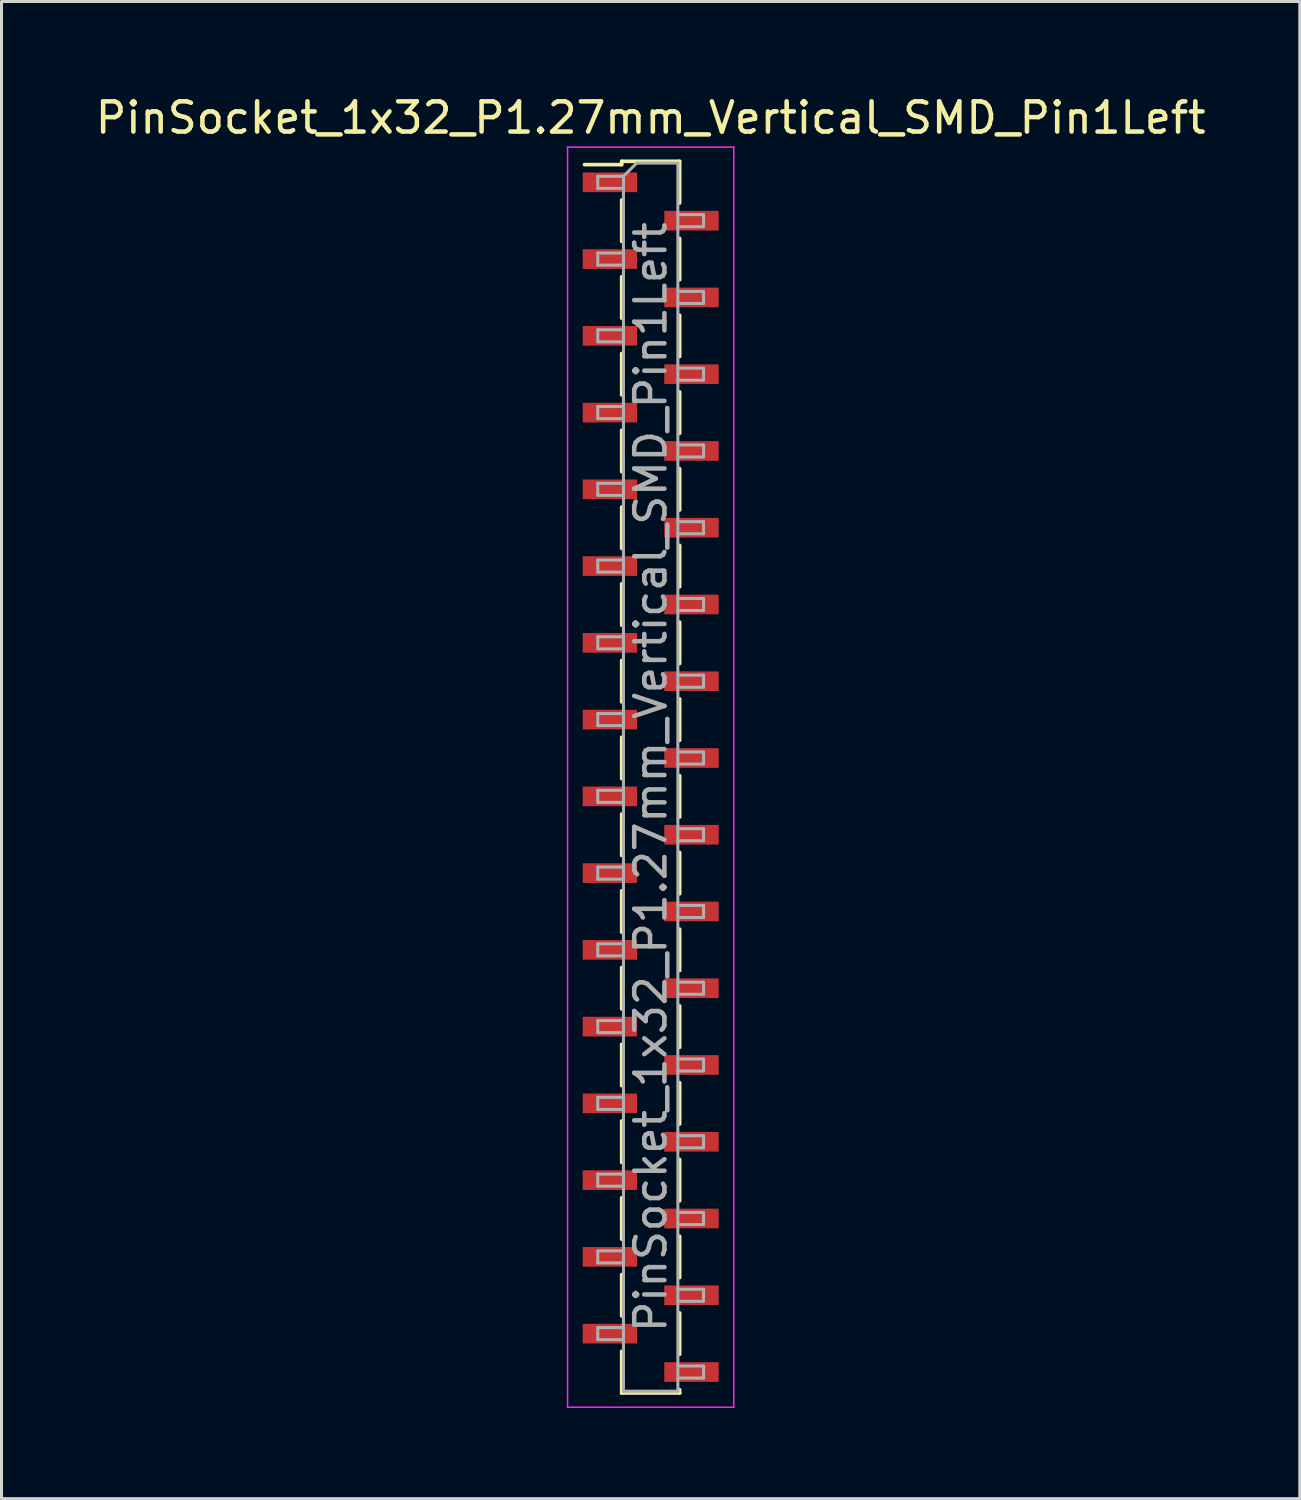
<source format=kicad_pcb>
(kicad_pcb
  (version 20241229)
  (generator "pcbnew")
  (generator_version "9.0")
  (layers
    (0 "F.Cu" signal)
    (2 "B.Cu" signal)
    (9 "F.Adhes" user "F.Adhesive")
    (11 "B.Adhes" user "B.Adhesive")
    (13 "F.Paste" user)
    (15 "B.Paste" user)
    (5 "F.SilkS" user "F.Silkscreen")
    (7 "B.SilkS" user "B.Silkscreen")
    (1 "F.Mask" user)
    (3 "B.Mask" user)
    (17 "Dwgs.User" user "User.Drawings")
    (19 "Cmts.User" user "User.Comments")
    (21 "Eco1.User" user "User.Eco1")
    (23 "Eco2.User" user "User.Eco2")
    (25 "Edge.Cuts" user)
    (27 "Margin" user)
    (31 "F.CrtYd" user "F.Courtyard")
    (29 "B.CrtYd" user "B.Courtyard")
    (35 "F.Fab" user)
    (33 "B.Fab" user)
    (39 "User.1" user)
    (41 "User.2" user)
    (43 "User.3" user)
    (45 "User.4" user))
  (footprint "PinSocket_1x32_P1.27mm_Vertical_SMD_Pin1Left"
    (layer "F.Cu")
    (at 18.482 22.668)
    (property "Reference" "PinSocket_1x32_P1.27mm_Vertical_SMD_Pin1Left" (at 0 -21.82 0) (layer "F.SilkS") (effects (font (size 1 1) (thickness 0.15))))
    (attr smd)
    (fp_line (start -2.19 -20.27) (end -0.96 -20.27) (stroke (width 0.12) (type solid)) (layer "F.SilkS"))
    (fp_line (start -0.96 -20.38) (end -0.96 -20.27) (stroke (width 0.12) (type solid)) (layer "F.SilkS"))
    (fp_line (start -0.96 -20.38) (end 0.96 -20.38) (stroke (width 0.12) (type solid)) (layer "F.SilkS"))
    (fp_line (start -0.96 -19.1) (end -0.96 -17.73) (stroke (width 0.12) (type solid)) (layer "F.SilkS"))
    (fp_line (start -0.96 -16.56) (end -0.96 -15.19) (stroke (width 0.12) (type solid)) (layer "F.SilkS"))
    (fp_line (start -0.96 -14.02) (end -0.96 -12.65) (stroke (width 0.12) (type solid)) (layer "F.SilkS"))
    (fp_line (start -0.96 -11.48) (end -0.96 -10.11) (stroke (width 0.12) (type solid)) (layer "F.SilkS"))
    (fp_line (start -0.96 -8.94) (end -0.96 -7.57) (stroke (width 0.12) (type solid)) (layer "F.SilkS"))
    (fp_line (start -0.96 -6.4) (end -0.96 -5.03) (stroke (width 0.12) (type solid)) (layer "F.SilkS"))
    (fp_line (start -0.96 -3.86) (end -0.96 -2.49) (stroke (width 0.12) (type solid)) (layer "F.SilkS"))
    (fp_line (start -0.96 -1.32) (end -0.96 0.05) (stroke (width 0.12) (type solid)) (layer "F.SilkS"))
    (fp_line (start -0.96 1.22) (end -0.96 2.59) (stroke (width 0.12) (type solid)) (layer "F.SilkS"))
    (fp_line (start -0.96 3.76) (end -0.96 5.13) (stroke (width 0.12) (type solid)) (layer "F.SilkS"))
    (fp_line (start -0.96 6.3) (end -0.96 7.67) (stroke (width 0.12) (type solid)) (layer "F.SilkS"))
    (fp_line (start -0.96 8.84) (end -0.96 10.21) (stroke (width 0.12) (type solid)) (layer "F.SilkS"))
    (fp_line (start -0.96 11.38) (end -0.96 12.75) (stroke (width 0.12) (type solid)) (layer "F.SilkS"))
    (fp_line (start -0.96 13.92) (end -0.96 15.29) (stroke (width 0.12) (type solid)) (layer "F.SilkS"))
    (fp_line (start -0.96 16.46) (end -0.96 17.83) (stroke (width 0.12) (type solid)) (layer "F.SilkS"))
    (fp_line (start -0.96 19) (end -0.96 20.38) (stroke (width 0.12) (type solid)) (layer "F.SilkS"))
    (fp_line (start -0.96 20.38) (end 0.96 20.38) (stroke (width 0.12) (type solid)) (layer "F.SilkS"))
    (fp_line (start 0.96 -20.38) (end 0.96 -19) (stroke (width 0.12) (type solid)) (layer "F.SilkS"))
    (fp_line (start 0.96 -17.83) (end 0.96 -16.46) (stroke (width 0.12) (type solid)) (layer "F.SilkS"))
    (fp_line (start 0.96 -15.29) (end 0.96 -13.92) (stroke (width 0.12) (type solid)) (layer "F.SilkS"))
    (fp_line (start 0.96 -12.75) (end 0.96 -11.38) (stroke (width 0.12) (type solid)) (layer "F.SilkS"))
    (fp_line (start 0.96 -10.21) (end 0.96 -8.84) (stroke (width 0.12) (type solid)) (layer "F.SilkS"))
    (fp_line (start 0.96 -7.67) (end 0.96 -6.3) (stroke (width 0.12) (type solid)) (layer "F.SilkS"))
    (fp_line (start 0.96 -5.13) (end 0.96 -3.76) (stroke (width 0.12) (type solid)) (layer "F.SilkS"))
    (fp_line (start 0.96 -2.59) (end 0.96 -1.22) (stroke (width 0.12) (type solid)) (layer "F.SilkS"))
    (fp_line (start 0.96 -0.05) (end 0.96 1.32) (stroke (width 0.12) (type solid)) (layer "F.SilkS"))
    (fp_line (start 0.96 2.49) (end 0.96 3.86) (stroke (width 0.12) (type solid)) (layer "F.SilkS"))
    (fp_line (start 0.96 5.03) (end 0.96 6.4) (stroke (width 0.12) (type solid)) (layer "F.SilkS"))
    (fp_line (start 0.96 7.57) (end 0.96 8.94) (stroke (width 0.12) (type solid)) (layer "F.SilkS"))
    (fp_line (start 0.96 10.11) (end 0.96 11.48) (stroke (width 0.12) (type solid)) (layer "F.SilkS"))
    (fp_line (start 0.96 12.65) (end 0.96 14.02) (stroke (width 0.12) (type solid)) (layer "F.SilkS"))
    (fp_line (start 0.96 15.19) (end 0.96 16.56) (stroke (width 0.12) (type solid)) (layer "F.SilkS"))
    (fp_line (start 0.96 17.73) (end 0.96 19.1) (stroke (width 0.12) (type solid)) (layer "F.SilkS"))
    (fp_line (start 0.96 20.27) (end 0.96 20.38) (stroke (width 0.12) (type solid)) (layer "F.SilkS"))
    (fp_line (start -2.75 -20.85) (end 2.75 -20.85) (stroke (width 0.05) (type solid)) (layer "F.CrtYd"))
    (fp_line (start -2.75 20.85) (end -2.75 -20.85) (stroke (width 0.05) (type solid)) (layer "F.CrtYd"))
    (fp_line (start 2.75 -20.85) (end 2.75 20.85) (stroke (width 0.05) (type solid)) (layer "F.CrtYd"))
    (fp_line (start 2.75 20.85) (end -2.75 20.85) (stroke (width 0.05) (type solid)) (layer "F.CrtYd"))
    (fp_line (start -1.75 -19.885) (end -0.9 -19.885) (stroke (width 0.1) (type solid)) (layer "F.Fab"))
    (fp_line (start -1.75 -19.485) (end -1.75 -19.885) (stroke (width 0.1) (type solid)) (layer "F.Fab"))
    (fp_line (start -1.75 -17.345) (end -0.9 -17.345) (stroke (width 0.1) (type solid)) (layer "F.Fab"))
    (fp_line (start -1.75 -16.945) (end -1.75 -17.345) (stroke (width 0.1) (type solid)) (layer "F.Fab"))
    (fp_line (start -1.75 -14.805) (end -0.9 -14.805) (stroke (width 0.1) (type solid)) (layer "F.Fab"))
    (fp_line (start -1.75 -14.405) (end -1.75 -14.805) (stroke (width 0.1) (type solid)) (layer "F.Fab"))
    (fp_line (start -1.75 -12.265) (end -0.9 -12.265) (stroke (width 0.1) (type solid)) (layer "F.Fab"))
    (fp_line (start -1.75 -11.865) (end -1.75 -12.265) (stroke (width 0.1) (type solid)) (layer "F.Fab"))
    (fp_line (start -1.75 -9.725) (end -0.9 -9.725) (stroke (width 0.1) (type solid)) (layer "F.Fab"))
    (fp_line (start -1.75 -9.325) (end -1.75 -9.725) (stroke (width 0.1) (type solid)) (layer "F.Fab"))
    (fp_line (start -1.75 -7.185) (end -0.9 -7.185) (stroke (width 0.1) (type solid)) (layer "F.Fab"))
    (fp_line (start -1.75 -6.785) (end -1.75 -7.185) (stroke (width 0.1) (type solid)) (layer "F.Fab"))
    (fp_line (start -1.75 -4.645) (end -0.9 -4.645) (stroke (width 0.1) (type solid)) (layer "F.Fab"))
    (fp_line (start -1.75 -4.245) (end -1.75 -4.645) (stroke (width 0.1) (type solid)) (layer "F.Fab"))
    (fp_line (start -1.75 -2.105) (end -0.9 -2.105) (stroke (width 0.1) (type solid)) (layer "F.Fab"))
    (fp_line (start -1.75 -1.705) (end -1.75 -2.105) (stroke (width 0.1) (type solid)) (layer "F.Fab"))
    (fp_line (start -1.75 0.435) (end -0.9 0.435) (stroke (width 0.1) (type solid)) (layer "F.Fab"))
    (fp_line (start -1.75 0.835) (end -1.75 0.435) (stroke (width 0.1) (type solid)) (layer "F.Fab"))
    (fp_line (start -1.75 2.975) (end -0.9 2.975) (stroke (width 0.1) (type solid)) (layer "F.Fab"))
    (fp_line (start -1.75 3.375) (end -1.75 2.975) (stroke (width 0.1) (type solid)) (layer "F.Fab"))
    (fp_line (start -1.75 5.515) (end -0.9 5.515) (stroke (width 0.1) (type solid)) (layer "F.Fab"))
    (fp_line (start -1.75 5.915) (end -1.75 5.515) (stroke (width 0.1) (type solid)) (layer "F.Fab"))
    (fp_line (start -1.75 8.055) (end -0.9 8.055) (stroke (width 0.1) (type solid)) (layer "F.Fab"))
    (fp_line (start -1.75 8.455) (end -1.75 8.055) (stroke (width 0.1) (type solid)) (layer "F.Fab"))
    (fp_line (start -1.75 10.595) (end -0.9 10.595) (stroke (width 0.1) (type solid)) (layer "F.Fab"))
    (fp_line (start -1.75 10.995) (end -1.75 10.595) (stroke (width 0.1) (type solid)) (layer "F.Fab"))
    (fp_line (start -1.75 13.135) (end -0.9 13.135) (stroke (width 0.1) (type solid)) (layer "F.Fab"))
    (fp_line (start -1.75 13.535) (end -1.75 13.135) (stroke (width 0.1) (type solid)) (layer "F.Fab"))
    (fp_line (start -1.75 15.675) (end -0.9 15.675) (stroke (width 0.1) (type solid)) (layer "F.Fab"))
    (fp_line (start -1.75 16.075) (end -1.75 15.675) (stroke (width 0.1) (type solid)) (layer "F.Fab"))
    (fp_line (start -1.75 18.215) (end -0.9 18.215) (stroke (width 0.1) (type solid)) (layer "F.Fab"))
    (fp_line (start -1.75 18.615) (end -1.75 18.215) (stroke (width 0.1) (type solid)) (layer "F.Fab"))
    (fp_line (start -0.9 -19.885) (end -0.465 -20.32) (stroke (width 0.1) (type solid)) (layer "F.Fab"))
    (fp_line (start -0.9 -19.485) (end -1.75 -19.485) (stroke (width 0.1) (type solid)) (layer "F.Fab"))
    (fp_line (start -0.9 -16.945) (end -1.75 -16.945) (stroke (width 0.1) (type solid)) (layer "F.Fab"))
    (fp_line (start -0.9 -14.405) (end -1.75 -14.405) (stroke (width 0.1) (type solid)) (layer "F.Fab"))
    (fp_line (start -0.9 -11.865) (end -1.75 -11.865) (stroke (width 0.1) (type solid)) (layer "F.Fab"))
    (fp_line (start -0.9 -9.325) (end -1.75 -9.325) (stroke (width 0.1) (type solid)) (layer "F.Fab"))
    (fp_line (start -0.9 -6.785) (end -1.75 -6.785) (stroke (width 0.1) (type solid)) (layer "F.Fab"))
    (fp_line (start -0.9 -4.245) (end -1.75 -4.245) (stroke (width 0.1) (type solid)) (layer "F.Fab"))
    (fp_line (start -0.9 -1.705) (end -1.75 -1.705) (stroke (width 0.1) (type solid)) (layer "F.Fab"))
    (fp_line (start -0.9 0.835) (end -1.75 0.835) (stroke (width 0.1) (type solid)) (layer "F.Fab"))
    (fp_line (start -0.9 3.375) (end -1.75 3.375) (stroke (width 0.1) (type solid)) (layer "F.Fab"))
    (fp_line (start -0.9 5.915) (end -1.75 5.915) (stroke (width 0.1) (type solid)) (layer "F.Fab"))
    (fp_line (start -0.9 8.455) (end -1.75 8.455) (stroke (width 0.1) (type solid)) (layer "F.Fab"))
    (fp_line (start -0.9 10.995) (end -1.75 10.995) (stroke (width 0.1) (type solid)) (layer "F.Fab"))
    (fp_line (start -0.9 13.535) (end -1.75 13.535) (stroke (width 0.1) (type solid)) (layer "F.Fab"))
    (fp_line (start -0.9 16.075) (end -1.75 16.075) (stroke (width 0.1) (type solid)) (layer "F.Fab"))
    (fp_line (start -0.9 18.615) (end -1.75 18.615) (stroke (width 0.1) (type solid)) (layer "F.Fab"))
    (fp_line (start -0.9 20.32) (end -0.9 -19.885) (stroke (width 0.1) (type solid)) (layer "F.Fab"))
    (fp_line (start -0.465 -20.32) (end 0.9 -20.32) (stroke (width 0.1) (type solid)) (layer "F.Fab"))
    (fp_line (start 0.9 -20.32) (end 0.9 20.32) (stroke (width 0.1) (type solid)) (layer "F.Fab"))
    (fp_line (start 0.9 -18.615) (end 1.75 -18.615) (stroke (width 0.1) (type solid)) (layer "F.Fab"))
    (fp_line (start 0.9 -16.075) (end 1.75 -16.075) (stroke (width 0.1) (type solid)) (layer "F.Fab"))
    (fp_line (start 0.9 -13.535) (end 1.75 -13.535) (stroke (width 0.1) (type solid)) (layer "F.Fab"))
    (fp_line (start 0.9 -10.995) (end 1.75 -10.995) (stroke (width 0.1) (type solid)) (layer "F.Fab"))
    (fp_line (start 0.9 -8.455) (end 1.75 -8.455) (stroke (width 0.1) (type solid)) (layer "F.Fab"))
    (fp_line (start 0.9 -5.915) (end 1.75 -5.915) (stroke (width 0.1) (type solid)) (layer "F.Fab"))
    (fp_line (start 0.9 -3.375) (end 1.75 -3.375) (stroke (width 0.1) (type solid)) (layer "F.Fab"))
    (fp_line (start 0.9 -0.835) (end 1.75 -0.835) (stroke (width 0.1) (type solid)) (layer "F.Fab"))
    (fp_line (start 0.9 1.705) (end 1.75 1.705) (stroke (width 0.1) (type solid)) (layer "F.Fab"))
    (fp_line (start 0.9 4.245) (end 1.75 4.245) (stroke (width 0.1) (type solid)) (layer "F.Fab"))
    (fp_line (start 0.9 6.785) (end 1.75 6.785) (stroke (width 0.1) (type solid)) (layer "F.Fab"))
    (fp_line (start 0.9 9.325) (end 1.75 9.325) (stroke (width 0.1) (type solid)) (layer "F.Fab"))
    (fp_line (start 0.9 11.865) (end 1.75 11.865) (stroke (width 0.1) (type solid)) (layer "F.Fab"))
    (fp_line (start 0.9 14.405) (end 1.75 14.405) (stroke (width 0.1) (type solid)) (layer "F.Fab"))
    (fp_line (start 0.9 16.945) (end 1.75 16.945) (stroke (width 0.1) (type solid)) (layer "F.Fab"))
    (fp_line (start 0.9 19.485) (end 1.75 19.485) (stroke (width 0.1) (type solid)) (layer "F.Fab"))
    (fp_line (start 0.9 20.32) (end -0.9 20.32) (stroke (width 0.1) (type solid)) (layer "F.Fab"))
    (fp_line (start 1.75 -18.615) (end 1.75 -18.215) (stroke (width 0.1) (type solid)) (layer "F.Fab"))
    (fp_line (start 1.75 -18.215) (end 0.9 -18.215) (stroke (width 0.1) (type solid)) (layer "F.Fab"))
    (fp_line (start 1.75 -16.075) (end 1.75 -15.675) (stroke (width 0.1) (type solid)) (layer "F.Fab"))
    (fp_line (start 1.75 -15.675) (end 0.9 -15.675) (stroke (width 0.1) (type solid)) (layer "F.Fab"))
    (fp_line (start 1.75 -13.535) (end 1.75 -13.135) (stroke (width 0.1) (type solid)) (layer "F.Fab"))
    (fp_line (start 1.75 -13.135) (end 0.9 -13.135) (stroke (width 0.1) (type solid)) (layer "F.Fab"))
    (fp_line (start 1.75 -10.995) (end 1.75 -10.595) (stroke (width 0.1) (type solid)) (layer "F.Fab"))
    (fp_line (start 1.75 -10.595) (end 0.9 -10.595) (stroke (width 0.1) (type solid)) (layer "F.Fab"))
    (fp_line (start 1.75 -8.455) (end 1.75 -8.055) (stroke (width 0.1) (type solid)) (layer "F.Fab"))
    (fp_line (start 1.75 -8.055) (end 0.9 -8.055) (stroke (width 0.1) (type solid)) (layer "F.Fab"))
    (fp_line (start 1.75 -5.915) (end 1.75 -5.515) (stroke (width 0.1) (type solid)) (layer "F.Fab"))
    (fp_line (start 1.75 -5.515) (end 0.9 -5.515) (stroke (width 0.1) (type solid)) (layer "F.Fab"))
    (fp_line (start 1.75 -3.375) (end 1.75 -2.975) (stroke (width 0.1) (type solid)) (layer "F.Fab"))
    (fp_line (start 1.75 -2.975) (end 0.9 -2.975) (stroke (width 0.1) (type solid)) (layer "F.Fab"))
    (fp_line (start 1.75 -0.835) (end 1.75 -0.435) (stroke (width 0.1) (type solid)) (layer "F.Fab"))
    (fp_line (start 1.75 -0.435) (end 0.9 -0.435) (stroke (width 0.1) (type solid)) (layer "F.Fab"))
    (fp_line (start 1.75 1.705) (end 1.75 2.105) (stroke (width 0.1) (type solid)) (layer "F.Fab"))
    (fp_line (start 1.75 2.105) (end 0.9 2.105) (stroke (width 0.1) (type solid)) (layer "F.Fab"))
    (fp_line (start 1.75 4.245) (end 1.75 4.645) (stroke (width 0.1) (type solid)) (layer "F.Fab"))
    (fp_line (start 1.75 4.645) (end 0.9 4.645) (stroke (width 0.1) (type solid)) (layer "F.Fab"))
    (fp_line (start 1.75 6.785) (end 1.75 7.185) (stroke (width 0.1) (type solid)) (layer "F.Fab"))
    (fp_line (start 1.75 7.185) (end 0.9 7.185) (stroke (width 0.1) (type solid)) (layer "F.Fab"))
    (fp_line (start 1.75 9.325) (end 1.75 9.725) (stroke (width 0.1) (type solid)) (layer "F.Fab"))
    (fp_line (start 1.75 9.725) (end 0.9 9.725) (stroke (width 0.1) (type solid)) (layer "F.Fab"))
    (fp_line (start 1.75 11.865) (end 1.75 12.265) (stroke (width 0.1) (type solid)) (layer "F.Fab"))
    (fp_line (start 1.75 12.265) (end 0.9 12.265) (stroke (width 0.1) (type solid)) (layer "F.Fab"))
    (fp_line (start 1.75 14.405) (end 1.75 14.805) (stroke (width 0.1) (type solid)) (layer "F.Fab"))
    (fp_line (start 1.75 14.805) (end 0.9 14.805) (stroke (width 0.1) (type solid)) (layer "F.Fab"))
    (fp_line (start 1.75 16.945) (end 1.75 17.345) (stroke (width 0.1) (type solid)) (layer "F.Fab"))
    (fp_line (start 1.75 17.345) (end 0.9 17.345) (stroke (width 0.1) (type solid)) (layer "F.Fab"))
    (fp_line (start 1.75 19.485) (end 1.75 19.885) (stroke (width 0.1) (type solid)) (layer "F.Fab"))
    (fp_line (start 1.75 19.885) (end 0.9 19.885) (stroke (width 0.1) (type solid)) (layer "F.Fab"))
    (fp_text user "${REFERENCE}" (at 0 0 90) (layer "F.Fab") (effects (font (size 1 1) (thickness 0.15))))
    (pad "1" smd rect (at -1.35 -19.685) (size 1.8 0.65) (layers "F.Cu" "F.Mask" "F.Paste"))
    (pad "2" smd rect (at 1.35 -18.415) (size 1.8 0.65) (layers "F.Cu" "F.Mask" "F.Paste"))
    (pad "3" smd rect (at -1.35 -17.145) (size 1.8 0.65) (layers "F.Cu" "F.Mask" "F.Paste"))
    (pad "4" smd rect (at 1.35 -15.875) (size 1.8 0.65) (layers "F.Cu" "F.Mask" "F.Paste"))
    (pad "5" smd rect (at -1.35 -14.605) (size 1.8 0.65) (layers "F.Cu" "F.Mask" "F.Paste"))
    (pad "6" smd rect (at 1.35 -13.335) (size 1.8 0.65) (layers "F.Cu" "F.Mask" "F.Paste"))
    (pad "7" smd rect (at -1.35 -12.065) (size 1.8 0.65) (layers "F.Cu" "F.Mask" "F.Paste"))
    (pad "8" smd rect (at 1.35 -10.795) (size 1.8 0.65) (layers "F.Cu" "F.Mask" "F.Paste"))
    (pad "9" smd rect (at -1.35 -9.525) (size 1.8 0.65) (layers "F.Cu" "F.Mask" "F.Paste"))
    (pad "10" smd rect (at 1.35 -8.255) (size 1.8 0.65) (layers "F.Cu" "F.Mask" "F.Paste"))
    (pad "11" smd rect (at -1.35 -6.985) (size 1.8 0.65) (layers "F.Cu" "F.Mask" "F.Paste"))
    (pad "12" smd rect (at 1.35 -5.715) (size 1.8 0.65) (layers "F.Cu" "F.Mask" "F.Paste"))
    (pad "13" smd rect (at -1.35 -4.445) (size 1.8 0.65) (layers "F.Cu" "F.Mask" "F.Paste"))
    (pad "14" smd rect (at 1.35 -3.175) (size 1.8 0.65) (layers "F.Cu" "F.Mask" "F.Paste"))
    (pad "15" smd rect (at -1.35 -1.905) (size 1.8 0.65) (layers "F.Cu" "F.Mask" "F.Paste"))
    (pad "16" smd rect (at 1.35 -0.635) (size 1.8 0.65) (layers "F.Cu" "F.Mask" "F.Paste"))
    (pad "17" smd rect (at -1.35 0.635) (size 1.8 0.65) (layers "F.Cu" "F.Mask" "F.Paste"))
    (pad "18" smd rect (at 1.35 1.905) (size 1.8 0.65) (layers "F.Cu" "F.Mask" "F.Paste"))
    (pad "19" smd rect (at -1.35 3.175) (size 1.8 0.65) (layers "F.Cu" "F.Mask" "F.Paste"))
    (pad "20" smd rect (at 1.35 4.445) (size 1.8 0.65) (layers "F.Cu" "F.Mask" "F.Paste"))
    (pad "21" smd rect (at -1.35 5.715) (size 1.8 0.65) (layers "F.Cu" "F.Mask" "F.Paste"))
    (pad "22" smd rect (at 1.35 6.985) (size 1.8 0.65) (layers "F.Cu" "F.Mask" "F.Paste"))
    (pad "23" smd rect (at -1.35 8.255) (size 1.8 0.65) (layers "F.Cu" "F.Mask" "F.Paste"))
    (pad "24" smd rect (at 1.35 9.525) (size 1.8 0.65) (layers "F.Cu" "F.Mask" "F.Paste"))
    (pad "25" smd rect (at -1.35 10.795) (size 1.8 0.65) (layers "F.Cu" "F.Mask" "F.Paste"))
    (pad "26" smd rect (at 1.35 12.065) (size 1.8 0.65) (layers "F.Cu" "F.Mask" "F.Paste"))
    (pad "27" smd rect (at -1.35 13.335) (size 1.8 0.65) (layers "F.Cu" "F.Mask" "F.Paste"))
    (pad "28" smd rect (at 1.35 14.605) (size 1.8 0.65) (layers "F.Cu" "F.Mask" "F.Paste"))
    (pad "29" smd rect (at -1.35 15.875) (size 1.8 0.65) (layers "F.Cu" "F.Mask" "F.Paste"))
    (pad "30" smd rect (at 1.35 17.145) (size 1.8 0.65) (layers "F.Cu" "F.Mask" "F.Paste"))
    (pad "31" smd rect (at -1.35 18.415) (size 1.8 0.65) (layers "F.Cu" "F.Mask" "F.Paste"))
    (pad "32" smd rect (at 1.35 19.685) (size 1.8 0.65) (layers "F.Cu" "F.Mask" "F.Paste")))
  (gr_rect
    (start -3 -3)
    (end 39.964 46.543)
    (stroke (width 0.1) (type default))
    (fill no)
    (layer "Edge.Cuts")))
</source>
